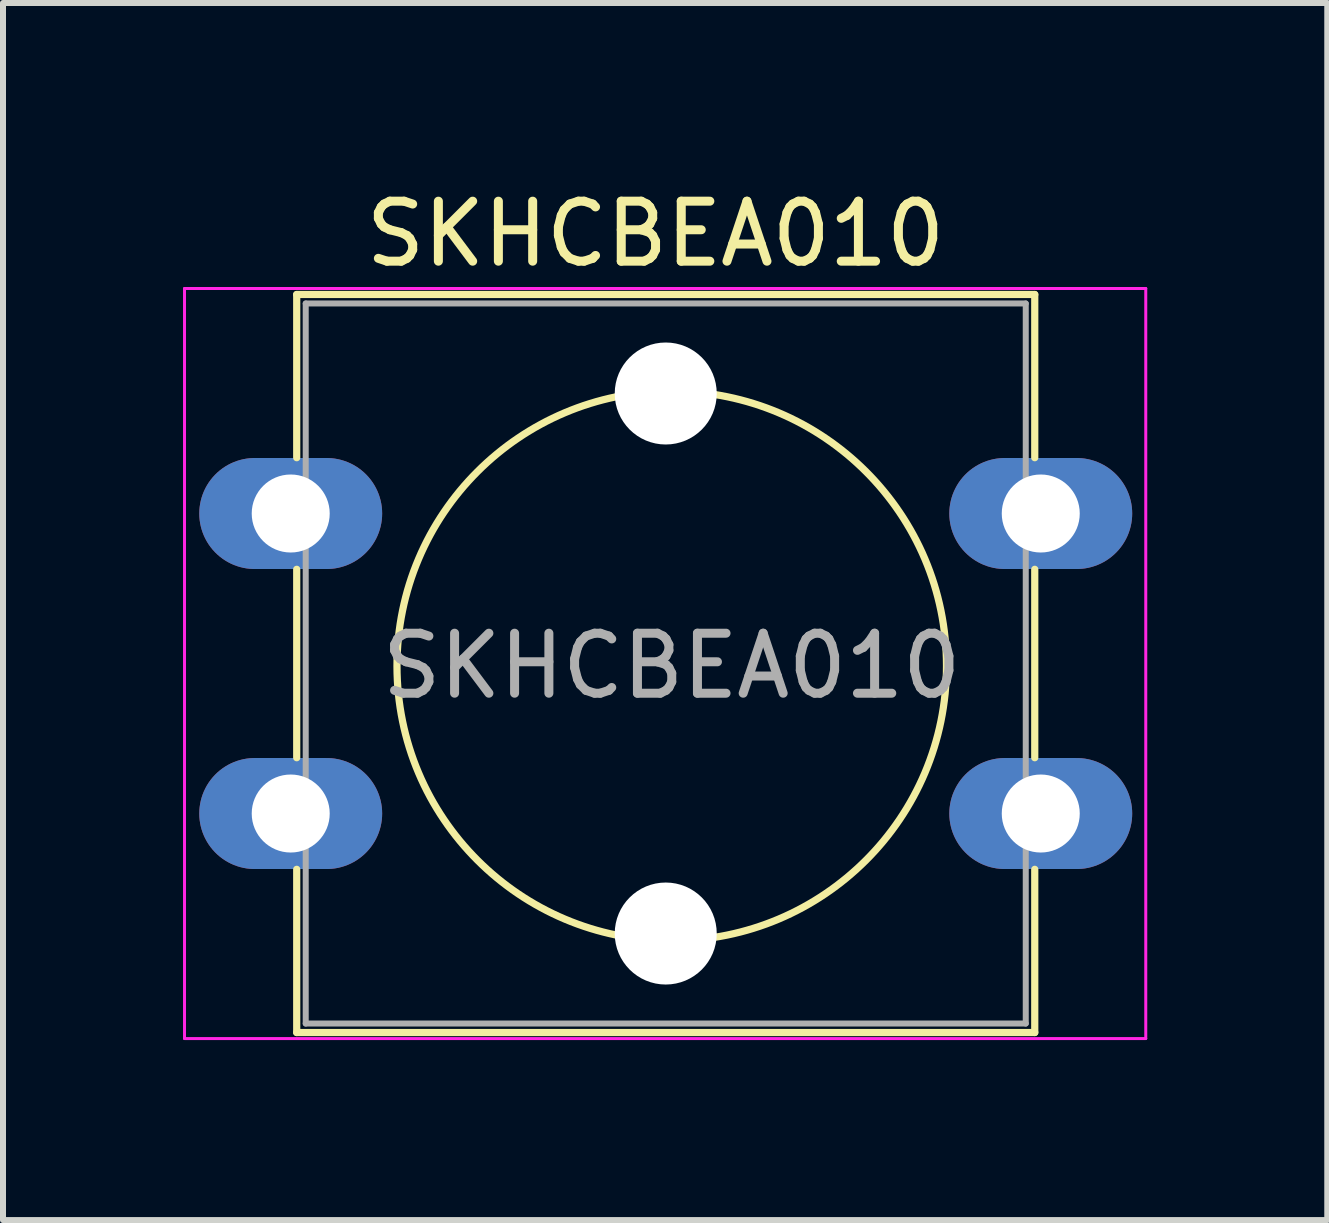
<source format=kicad_pcb>
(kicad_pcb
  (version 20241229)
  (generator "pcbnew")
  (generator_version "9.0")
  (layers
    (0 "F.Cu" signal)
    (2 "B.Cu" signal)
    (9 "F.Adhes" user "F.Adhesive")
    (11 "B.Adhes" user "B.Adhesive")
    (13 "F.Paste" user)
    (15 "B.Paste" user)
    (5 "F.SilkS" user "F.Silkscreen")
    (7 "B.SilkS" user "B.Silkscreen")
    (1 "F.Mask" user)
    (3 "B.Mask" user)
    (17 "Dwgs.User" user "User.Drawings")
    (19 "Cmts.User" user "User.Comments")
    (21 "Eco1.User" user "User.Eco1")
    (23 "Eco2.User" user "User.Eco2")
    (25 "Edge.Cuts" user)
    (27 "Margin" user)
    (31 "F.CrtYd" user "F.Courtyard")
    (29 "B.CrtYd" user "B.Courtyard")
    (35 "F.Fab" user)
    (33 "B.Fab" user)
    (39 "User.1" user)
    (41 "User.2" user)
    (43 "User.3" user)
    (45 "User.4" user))
  (footprint "SKHCBEA010"
    (layer "F.Cu")
    (at 1.795 5.508)
    (property "Reference" "SKHCBEA010" (at 6.08 -4.66 0) (layer "F.SilkS") (effects (font (size 1 1) (thickness 0.15))))
    (attr through_hole)
    (fp_line (start 0.1 -3.65) (end 12.4 -3.65) (stroke (width 0.12) (type solid)) (layer "F.SilkS"))
    (fp_line (start 0.1 -0.93) (end 0.1 -3.65) (stroke (width 0.12) (type solid)) (layer "F.SilkS"))
    (fp_line (start 0.1 4.07) (end 0.1 0.93) (stroke (width 0.12) (type solid)) (layer "F.SilkS"))
    (fp_line (start 0.1 8.65) (end 0.1 5.93) (stroke (width 0.12) (type solid)) (layer "F.SilkS"))
    (fp_line (start 12.4 -3.65) (end 12.4 -0.93) (stroke (width 0.12) (type solid)) (layer "F.SilkS"))
    (fp_line (start 12.4 0.93) (end 12.4 4.07) (stroke (width 0.12) (type solid)) (layer "F.SilkS"))
    (fp_line (start 12.4 5.93) (end 12.4 8.65) (stroke (width 0.12) (type solid)) (layer "F.SilkS"))
    (fp_line (start 12.4 8.65) (end 0.1 8.65) (stroke (width 0.12) (type solid)) (layer "F.SilkS"))
    (fp_circle (center 6.35 2.54) (end 10.16 5.08) (stroke (width 0.12) (type solid)) (fill no) (layer "F.SilkS"))
    (fp_line (start -1.77 -3.75) (end -1.77 8.75) (stroke (width 0.05) (type solid)) (layer "F.CrtYd"))
    (fp_line (start -1.77 -3.75) (end 14.25 -3.75) (stroke (width 0.05) (type solid)) (layer "F.CrtYd"))
    (fp_line (start 14.25 8.75) (end -1.77 8.75) (stroke (width 0.05) (type solid)) (layer "F.CrtYd"))
    (fp_line (start 14.25 8.75) (end 14.25 -3.75) (stroke (width 0.05) (type solid)) (layer "F.CrtYd"))
    (fp_line (start 0.25 -3.5) (end 0.25 8.5) (stroke (width 0.1) (type solid)) (layer "F.Fab"))
    (fp_line (start 0.25 -3.5) (end 12.25 -3.5) (stroke (width 0.1) (type solid)) (layer "F.Fab"))
    (fp_line (start 0.25 8.5) (end 12.25 8.5) (stroke (width 0.1) (type solid)) (layer "F.Fab"))
    (fp_line (start 12.25 -3.5) (end 12.25 8.5) (stroke (width 0.1) (type solid)) (layer "F.Fab"))
    (fp_text user "${REFERENCE}" (at 6.35 2.54 0) (layer "F.Fab") (effects (font (size 1 1) (thickness 0.15))))
    (pad "" np_thru_hole circle (at 6.25 -2) (size 1.7 1.7) (drill 1.7) (layers "*.Cu" "*.Mask"))
    (pad "" np_thru_hole circle (at 6.25 7) (size 1.7 1.7) (drill 1.7) (layers "*.Cu" "*.Mask"))
    (pad "1" thru_hole oval (at 0 0) (size 3.048 1.85) (drill 1.3) (layers "*.Cu" "*.Mask"))
    (pad "1" thru_hole oval (at 12.5 0) (size 3.048 1.85) (drill 1.3) (layers "*.Cu" "*.Mask"))
    (pad "2" thru_hole oval (at 0 5) (size 3.048 1.85) (drill 1.3) (layers "*.Cu" "*.Mask"))
    (pad "2" thru_hole oval (at 12.5 5) (size 3.048 1.85) (drill 1.3) (layers "*.Cu" "*.Mask")))
  (gr_rect
    (start -3 -3)
    (end 19.07 17.283)
    (stroke (width 0.1) (type default))
    (fill no)
    (layer "Edge.Cuts")))
</source>
